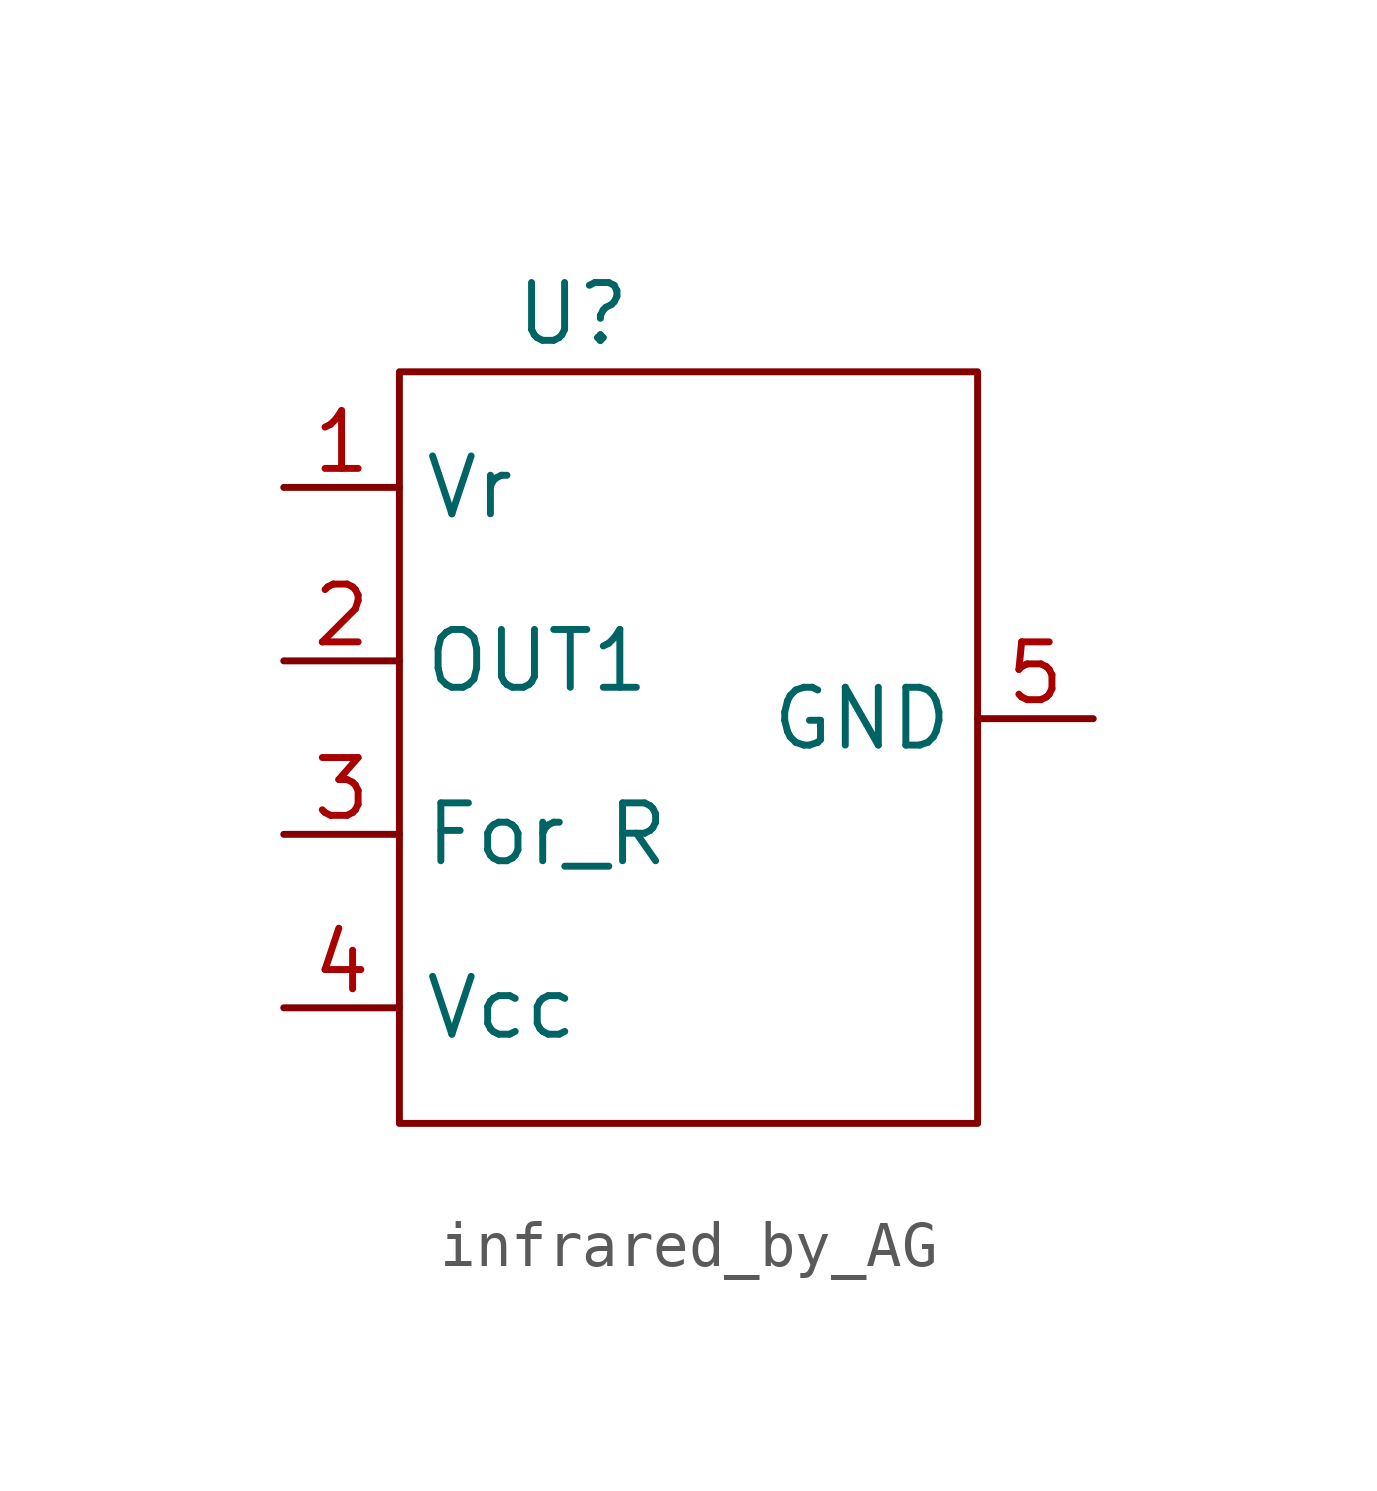
<source format=kicad_sym>
(kicad_symbol_lib
  (version 20231120)
  (generator "kicad_symbol_editor")
  (generator_version "8.0")
  (symbol "infrared_by_AG"
    (property "Reference" "U"
      (at 0 0 0)
      (effects (font (size 1.27 1.27))))
    (property "Value" ""
      (at 0 0 0)
      (effects (font (size 1.27 1.27))))
    (symbol "infrared_by_AG_0_1"
      (rectangle (start -3.81 -1.27) (end 8.89 -17.78) (stroke (width 0) (type default)) (fill (type none))))
    (symbol "infrared_by_AG_1_1"
      (pin input line (at -6.35 -3.81 0) (length 2.54) (name "Vr" (effects (font (size 1.27 1.27)))) (number "1" (effects (font (size 1.27 1.27)))))
      (pin input line (at -6.35 -7.62 0) (length 2.54) (name "OUT1" (effects (font (size 1.27 1.27)))) (number "2" (effects (font (size 1.27 1.27)))))
      (pin input line (at -6.35 -11.43 0) (length 2.54) (name "For_R" (effects (font (size 1.27 1.27)))) (number "3" (effects (font (size 1.27 1.27)))))
      (pin input line (at -6.35 -15.24 0) (length 2.54) (name "Vcc" (effects (font (size 1.27 1.27)))) (number "4" (effects (font (size 1.27 1.27)))))
      (pin input line (at 11.43 -8.89 180) (length 2.54) (name "GND" (effects (font (size 1.27 1.27)))) (number "5" (effects (font (size 1.27 1.27))))))))
</source>
